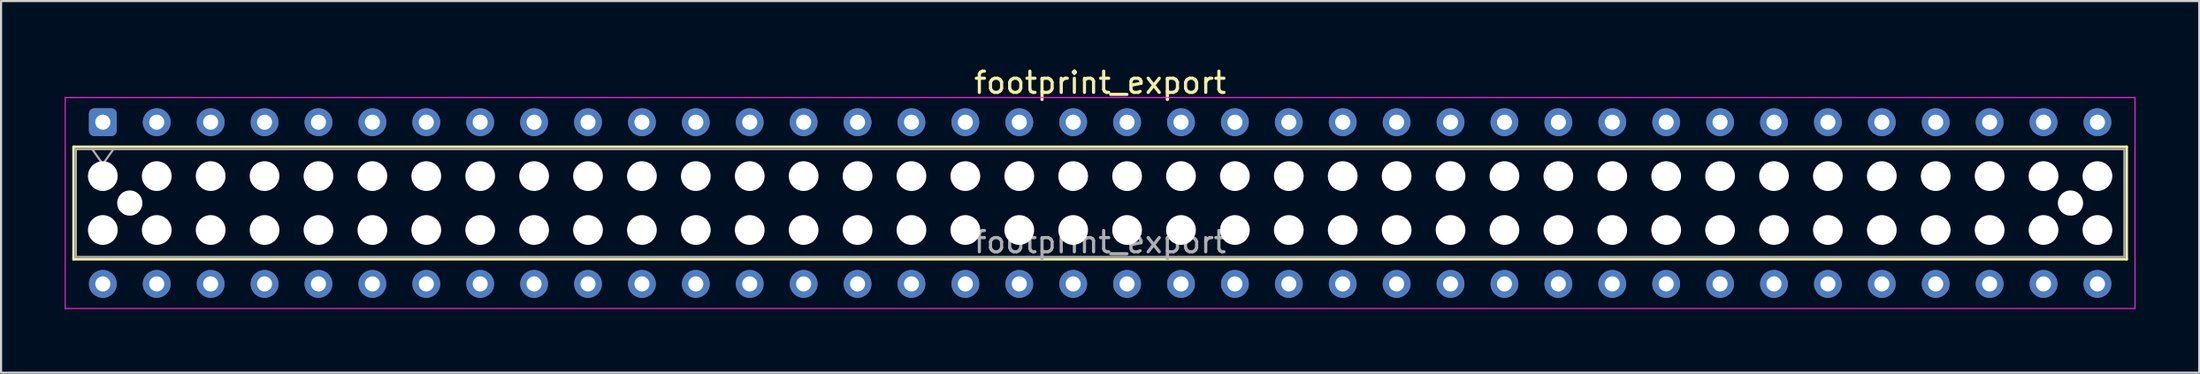
<source format=kicad_pcb>
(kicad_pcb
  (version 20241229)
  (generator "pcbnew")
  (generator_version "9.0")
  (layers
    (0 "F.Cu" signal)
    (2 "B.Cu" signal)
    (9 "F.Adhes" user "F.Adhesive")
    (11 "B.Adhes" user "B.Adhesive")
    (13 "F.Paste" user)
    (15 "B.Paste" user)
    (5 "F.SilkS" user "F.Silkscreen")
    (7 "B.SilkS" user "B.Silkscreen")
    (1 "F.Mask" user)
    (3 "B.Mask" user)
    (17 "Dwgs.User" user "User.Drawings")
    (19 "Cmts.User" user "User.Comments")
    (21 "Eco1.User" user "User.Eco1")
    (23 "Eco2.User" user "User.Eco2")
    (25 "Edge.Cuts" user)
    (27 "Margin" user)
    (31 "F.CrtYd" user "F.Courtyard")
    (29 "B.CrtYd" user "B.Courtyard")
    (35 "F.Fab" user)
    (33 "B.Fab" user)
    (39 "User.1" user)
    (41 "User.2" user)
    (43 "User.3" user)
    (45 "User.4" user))
  (footprint "footprint_export"
    (layer "F.Cu")
    (at 1.795 2.708)
    (property "Reference" "footprint_export" (at 46.99 -1.86 0) (layer "F.SilkS") (effects (font (size 1 1) (thickness 0.15))))
    (attr through_hole)
    (fp_line (start -1.38 1.16) (end 95.36 1.16) (stroke (width 0.12) (type solid)) (layer "F.SilkS"))
    (fp_line (start -1.38 6.46) (end -1.38 1.16) (stroke (width 0.12) (type solid)) (layer "F.SilkS"))
    (fp_line (start 95.36 1.16) (end 95.36 6.46) (stroke (width 0.12) (type solid)) (layer "F.SilkS"))
    (fp_line (start 95.36 6.46) (end -1.38 6.46) (stroke (width 0.12) (type solid)) (layer "F.SilkS"))
    (fp_line (start -1.77 -1.16) (end 95.75 -1.16) (stroke (width 0.05) (type solid)) (layer "F.CrtYd"))
    (fp_line (start -1.77 8.78) (end -1.77 -1.16) (stroke (width 0.05) (type solid)) (layer "F.CrtYd"))
    (fp_line (start 95.75 -1.16) (end 95.75 8.78) (stroke (width 0.05) (type solid)) (layer "F.CrtYd"))
    (fp_line (start 95.75 8.78) (end -1.77 8.78) (stroke (width 0.05) (type solid)) (layer "F.CrtYd"))
    (fp_line (start -1.27 1.27) (end 95.25 1.27) (stroke (width 0.1) (type solid)) (layer "F.Fab"))
    (fp_line (start -1.27 6.35) (end -1.27 1.27) (stroke (width 0.1) (type solid)) (layer "F.Fab"))
    (fp_line (start -0.5 1.27) (end 0 1.977) (stroke (width 0.1) (type solid)) (layer "F.Fab"))
    (fp_line (start 0 1.977) (end 0.5 1.27) (stroke (width 0.1) (type solid)) (layer "F.Fab"))
    (fp_line (start 95.25 1.27) (end 95.25 6.35) (stroke (width 0.1) (type solid)) (layer "F.Fab"))
    (fp_line (start 95.25 6.35) (end -1.27 6.35) (stroke (width 0.1) (type solid)) (layer "F.Fab"))
    (fp_text user "${REFERENCE}" (at 46.99 5.65 0) (layer "F.Fab") (effects (font (size 1 1) (thickness 0.15))))
    (pad "" np_thru_hole circle (at 0 2.54) (size 1.4 1.4) (drill 1.4) (layers "*.Cu" "*.Mask"))
    (pad "" np_thru_hole circle (at 0 5.08) (size 1.4 1.4) (drill 1.4) (layers "*.Cu" "*.Mask"))
    (pad "" np_thru_hole circle (at 1.27 3.81) (size 1.19 1.19) (drill 1.19) (layers "*.Cu" "*.Mask"))
    (pad "" np_thru_hole circle (at 2.54 2.54) (size 1.4 1.4) (drill 1.4) (layers "*.Cu" "*.Mask"))
    (pad "" np_thru_hole circle (at 2.54 5.08) (size 1.4 1.4) (drill 1.4) (layers "*.Cu" "*.Mask"))
    (pad "" np_thru_hole circle (at 5.08 2.54) (size 1.4 1.4) (drill 1.4) (layers "*.Cu" "*.Mask"))
    (pad "" np_thru_hole circle (at 5.08 5.08) (size 1.4 1.4) (drill 1.4) (layers "*.Cu" "*.Mask"))
    (pad "" np_thru_hole circle (at 7.62 2.54) (size 1.4 1.4) (drill 1.4) (layers "*.Cu" "*.Mask"))
    (pad "" np_thru_hole circle (at 7.62 5.08) (size 1.4 1.4) (drill 1.4) (layers "*.Cu" "*.Mask"))
    (pad "" np_thru_hole circle (at 10.16 2.54) (size 1.4 1.4) (drill 1.4) (layers "*.Cu" "*.Mask"))
    (pad "" np_thru_hole circle (at 10.16 5.08) (size 1.4 1.4) (drill 1.4) (layers "*.Cu" "*.Mask"))
    (pad "" np_thru_hole circle (at 12.7 2.54) (size 1.4 1.4) (drill 1.4) (layers "*.Cu" "*.Mask"))
    (pad "" np_thru_hole circle (at 12.7 5.08) (size 1.4 1.4) (drill 1.4) (layers "*.Cu" "*.Mask"))
    (pad "" np_thru_hole circle (at 15.24 2.54) (size 1.4 1.4) (drill 1.4) (layers "*.Cu" "*.Mask"))
    (pad "" np_thru_hole circle (at 15.24 5.08) (size 1.4 1.4) (drill 1.4) (layers "*.Cu" "*.Mask"))
    (pad "" np_thru_hole circle (at 17.78 2.54) (size 1.4 1.4) (drill 1.4) (layers "*.Cu" "*.Mask"))
    (pad "" np_thru_hole circle (at 17.78 5.08) (size 1.4 1.4) (drill 1.4) (layers "*.Cu" "*.Mask"))
    (pad "" np_thru_hole circle (at 20.32 2.54) (size 1.4 1.4) (drill 1.4) (layers "*.Cu" "*.Mask"))
    (pad "" np_thru_hole circle (at 20.32 5.08) (size 1.4 1.4) (drill 1.4) (layers "*.Cu" "*.Mask"))
    (pad "" np_thru_hole circle (at 22.86 2.54) (size 1.4 1.4) (drill 1.4) (layers "*.Cu" "*.Mask"))
    (pad "" np_thru_hole circle (at 22.86 5.08) (size 1.4 1.4) (drill 1.4) (layers "*.Cu" "*.Mask"))
    (pad "" np_thru_hole circle (at 25.4 2.54) (size 1.4 1.4) (drill 1.4) (layers "*.Cu" "*.Mask"))
    (pad "" np_thru_hole circle (at 25.4 5.08) (size 1.4 1.4) (drill 1.4) (layers "*.Cu" "*.Mask"))
    (pad "" np_thru_hole circle (at 27.94 2.54) (size 1.4 1.4) (drill 1.4) (layers "*.Cu" "*.Mask"))
    (pad "" np_thru_hole circle (at 27.94 5.08) (size 1.4 1.4) (drill 1.4) (layers "*.Cu" "*.Mask"))
    (pad "" np_thru_hole circle (at 30.48 2.54) (size 1.4 1.4) (drill 1.4) (layers "*.Cu" "*.Mask"))
    (pad "" np_thru_hole circle (at 30.48 5.08) (size 1.4 1.4) (drill 1.4) (layers "*.Cu" "*.Mask"))
    (pad "" np_thru_hole circle (at 33.02 2.54) (size 1.4 1.4) (drill 1.4) (layers "*.Cu" "*.Mask"))
    (pad "" np_thru_hole circle (at 33.02 5.08) (size 1.4 1.4) (drill 1.4) (layers "*.Cu" "*.Mask"))
    (pad "" np_thru_hole circle (at 35.56 2.54) (size 1.4 1.4) (drill 1.4) (layers "*.Cu" "*.Mask"))
    (pad "" np_thru_hole circle (at 35.56 5.08) (size 1.4 1.4) (drill 1.4) (layers "*.Cu" "*.Mask"))
    (pad "" np_thru_hole circle (at 38.1 2.54) (size 1.4 1.4) (drill 1.4) (layers "*.Cu" "*.Mask"))
    (pad "" np_thru_hole circle (at 38.1 5.08) (size 1.4 1.4) (drill 1.4) (layers "*.Cu" "*.Mask"))
    (pad "" np_thru_hole circle (at 40.64 2.54) (size 1.4 1.4) (drill 1.4) (layers "*.Cu" "*.Mask"))
    (pad "" np_thru_hole circle (at 40.64 5.08) (size 1.4 1.4) (drill 1.4) (layers "*.Cu" "*.Mask"))
    (pad "" np_thru_hole circle (at 43.18 2.54) (size 1.4 1.4) (drill 1.4) (layers "*.Cu" "*.Mask"))
    (pad "" np_thru_hole circle (at 43.18 5.08) (size 1.4 1.4) (drill 1.4) (layers "*.Cu" "*.Mask"))
    (pad "" np_thru_hole circle (at 45.72 2.54) (size 1.4 1.4) (drill 1.4) (layers "*.Cu" "*.Mask"))
    (pad "" np_thru_hole circle (at 45.72 5.08) (size 1.4 1.4) (drill 1.4) (layers "*.Cu" "*.Mask"))
    (pad "" np_thru_hole circle (at 48.26 2.54) (size 1.4 1.4) (drill 1.4) (layers "*.Cu" "*.Mask"))
    (pad "" np_thru_hole circle (at 48.26 5.08) (size 1.4 1.4) (drill 1.4) (layers "*.Cu" "*.Mask"))
    (pad "" np_thru_hole circle (at 50.8 2.54) (size 1.4 1.4) (drill 1.4) (layers "*.Cu" "*.Mask"))
    (pad "" np_thru_hole circle (at 50.8 5.08) (size 1.4 1.4) (drill 1.4) (layers "*.Cu" "*.Mask"))
    (pad "" np_thru_hole circle (at 53.34 2.54) (size 1.4 1.4) (drill 1.4) (layers "*.Cu" "*.Mask"))
    (pad "" np_thru_hole circle (at 53.34 5.08) (size 1.4 1.4) (drill 1.4) (layers "*.Cu" "*.Mask"))
    (pad "" np_thru_hole circle (at 55.88 2.54) (size 1.4 1.4) (drill 1.4) (layers "*.Cu" "*.Mask"))
    (pad "" np_thru_hole circle (at 55.88 5.08) (size 1.4 1.4) (drill 1.4) (layers "*.Cu" "*.Mask"))
    (pad "" np_thru_hole circle (at 58.42 2.54) (size 1.4 1.4) (drill 1.4) (layers "*.Cu" "*.Mask"))
    (pad "" np_thru_hole circle (at 58.42 5.08) (size 1.4 1.4) (drill 1.4) (layers "*.Cu" "*.Mask"))
    (pad "" np_thru_hole circle (at 60.96 2.54) (size 1.4 1.4) (drill 1.4) (layers "*.Cu" "*.Mask"))
    (pad "" np_thru_hole circle (at 60.96 5.08) (size 1.4 1.4) (drill 1.4) (layers "*.Cu" "*.Mask"))
    (pad "" np_thru_hole circle (at 63.5 2.54) (size 1.4 1.4) (drill 1.4) (layers "*.Cu" "*.Mask"))
    (pad "" np_thru_hole circle (at 63.5 5.08) (size 1.4 1.4) (drill 1.4) (layers "*.Cu" "*.Mask"))
    (pad "" np_thru_hole circle (at 66.04 2.54) (size 1.4 1.4) (drill 1.4) (layers "*.Cu" "*.Mask"))
    (pad "" np_thru_hole circle (at 66.04 5.08) (size 1.4 1.4) (drill 1.4) (layers "*.Cu" "*.Mask"))
    (pad "" np_thru_hole circle (at 68.58 2.54) (size 1.4 1.4) (drill 1.4) (layers "*.Cu" "*.Mask"))
    (pad "" np_thru_hole circle (at 68.58 5.08) (size 1.4 1.4) (drill 1.4) (layers "*.Cu" "*.Mask"))
    (pad "" np_thru_hole circle (at 71.12 2.54) (size 1.4 1.4) (drill 1.4) (layers "*.Cu" "*.Mask"))
    (pad "" np_thru_hole circle (at 71.12 5.08) (size 1.4 1.4) (drill 1.4) (layers "*.Cu" "*.Mask"))
    (pad "" np_thru_hole circle (at 73.66 2.54) (size 1.4 1.4) (drill 1.4) (layers "*.Cu" "*.Mask"))
    (pad "" np_thru_hole circle (at 73.66 5.08) (size 1.4 1.4) (drill 1.4) (layers "*.Cu" "*.Mask"))
    (pad "" np_thru_hole circle (at 76.2 2.54) (size 1.4 1.4) (drill 1.4) (layers "*.Cu" "*.Mask"))
    (pad "" np_thru_hole circle (at 76.2 5.08) (size 1.4 1.4) (drill 1.4) (layers "*.Cu" "*.Mask"))
    (pad "" np_thru_hole circle (at 78.74 2.54) (size 1.4 1.4) (drill 1.4) (layers "*.Cu" "*.Mask"))
    (pad "" np_thru_hole circle (at 78.74 5.08) (size 1.4 1.4) (drill 1.4) (layers "*.Cu" "*.Mask"))
    (pad "" np_thru_hole circle (at 81.28 2.54) (size 1.4 1.4) (drill 1.4) (layers "*.Cu" "*.Mask"))
    (pad "" np_thru_hole circle (at 81.28 5.08) (size 1.4 1.4) (drill 1.4) (layers "*.Cu" "*.Mask"))
    (pad "" np_thru_hole circle (at 83.82 2.54) (size 1.4 1.4) (drill 1.4) (layers "*.Cu" "*.Mask"))
    (pad "" np_thru_hole circle (at 83.82 5.08) (size 1.4 1.4) (drill 1.4) (layers "*.Cu" "*.Mask"))
    (pad "" np_thru_hole circle (at 86.36 2.54) (size 1.4 1.4) (drill 1.4) (layers "*.Cu" "*.Mask"))
    (pad "" np_thru_hole circle (at 86.36 5.08) (size 1.4 1.4) (drill 1.4) (layers "*.Cu" "*.Mask"))
    (pad "" np_thru_hole circle (at 88.9 2.54) (size 1.4 1.4) (drill 1.4) (layers "*.Cu" "*.Mask"))
    (pad "" np_thru_hole circle (at 88.9 5.08) (size 1.4 1.4) (drill 1.4) (layers "*.Cu" "*.Mask"))
    (pad "" np_thru_hole circle (at 91.44 2.54) (size 1.4 1.4) (drill 1.4) (layers "*.Cu" "*.Mask"))
    (pad "" np_thru_hole circle (at 91.44 5.08) (size 1.4 1.4) (drill 1.4) (layers "*.Cu" "*.Mask"))
    (pad "" np_thru_hole circle (at 92.71 3.81) (size 1.19 1.19) (drill 1.19) (layers "*.Cu" "*.Mask"))
    (pad "" np_thru_hole circle (at 93.98 2.54) (size 1.4 1.4) (drill 1.4) (layers "*.Cu" "*.Mask"))
    (pad "" np_thru_hole circle (at 93.98 5.08) (size 1.4 1.4) (drill 1.4) (layers "*.Cu" "*.Mask"))
    (pad "1" thru_hole roundrect (at 0 0) (size 1.31 1.31) (drill 0.71) (layers "*.Cu" "*.Mask") (roundrect_rratio 0.191))
    (pad "2" thru_hole circle (at 0 7.62) (size 1.31 1.31) (drill 0.71) (layers "*.Cu" "*.Mask"))
    (pad "3" thru_hole circle (at 2.54 0) (size 1.31 1.31) (drill 0.71) (layers "*.Cu" "*.Mask"))
    (pad "4" thru_hole circle (at 2.54 7.62) (size 1.31 1.31) (drill 0.71) (layers "*.Cu" "*.Mask"))
    (pad "5" thru_hole circle (at 5.08 0) (size 1.31 1.31) (drill 0.71) (layers "*.Cu" "*.Mask"))
    (pad "6" thru_hole circle (at 5.08 7.62) (size 1.31 1.31) (drill 0.71) (layers "*.Cu" "*.Mask"))
    (pad "7" thru_hole circle (at 7.62 0) (size 1.31 1.31) (drill 0.71) (layers "*.Cu" "*.Mask"))
    (pad "8" thru_hole circle (at 7.62 7.62) (size 1.31 1.31) (drill 0.71) (layers "*.Cu" "*.Mask"))
    (pad "9" thru_hole circle (at 10.16 0) (size 1.31 1.31) (drill 0.71) (layers "*.Cu" "*.Mask"))
    (pad "10" thru_hole circle (at 10.16 7.62) (size 1.31 1.31) (drill 0.71) (layers "*.Cu" "*.Mask"))
    (pad "11" thru_hole circle (at 12.7 0) (size 1.31 1.31) (drill 0.71) (layers "*.Cu" "*.Mask"))
    (pad "12" thru_hole circle (at 12.7 7.62) (size 1.31 1.31) (drill 0.71) (layers "*.Cu" "*.Mask"))
    (pad "13" thru_hole circle (at 15.24 0) (size 1.31 1.31) (drill 0.71) (layers "*.Cu" "*.Mask"))
    (pad "14" thru_hole circle (at 15.24 7.62) (size 1.31 1.31) (drill 0.71) (layers "*.Cu" "*.Mask"))
    (pad "15" thru_hole circle (at 17.78 0) (size 1.31 1.31) (drill 0.71) (layers "*.Cu" "*.Mask"))
    (pad "16" thru_hole circle (at 17.78 7.62) (size 1.31 1.31) (drill 0.71) (layers "*.Cu" "*.Mask"))
    (pad "17" thru_hole circle (at 20.32 0) (size 1.31 1.31) (drill 0.71) (layers "*.Cu" "*.Mask"))
    (pad "18" thru_hole circle (at 20.32 7.62) (size 1.31 1.31) (drill 0.71) (layers "*.Cu" "*.Mask"))
    (pad "19" thru_hole circle (at 22.86 0) (size 1.31 1.31) (drill 0.71) (layers "*.Cu" "*.Mask"))
    (pad "20" thru_hole circle (at 22.86 7.62) (size 1.31 1.31) (drill 0.71) (layers "*.Cu" "*.Mask"))
    (pad "21" thru_hole circle (at 25.4 0) (size 1.31 1.31) (drill 0.71) (layers "*.Cu" "*.Mask"))
    (pad "22" thru_hole circle (at 25.4 7.62) (size 1.31 1.31) (drill 0.71) (layers "*.Cu" "*.Mask"))
    (pad "23" thru_hole circle (at 27.94 0) (size 1.31 1.31) (drill 0.71) (layers "*.Cu" "*.Mask"))
    (pad "24" thru_hole circle (at 27.94 7.62) (size 1.31 1.31) (drill 0.71) (layers "*.Cu" "*.Mask"))
    (pad "25" thru_hole circle (at 30.48 0) (size 1.31 1.31) (drill 0.71) (layers "*.Cu" "*.Mask"))
    (pad "26" thru_hole circle (at 30.48 7.62) (size 1.31 1.31) (drill 0.71) (layers "*.Cu" "*.Mask"))
    (pad "27" thru_hole circle (at 33.02 0) (size 1.31 1.31) (drill 0.71) (layers "*.Cu" "*.Mask"))
    (pad "28" thru_hole circle (at 33.02 7.62) (size 1.31 1.31) (drill 0.71) (layers "*.Cu" "*.Mask"))
    (pad "29" thru_hole circle (at 35.56 0) (size 1.31 1.31) (drill 0.71) (layers "*.Cu" "*.Mask"))
    (pad "30" thru_hole circle (at 35.56 7.62) (size 1.31 1.31) (drill 0.71) (layers "*.Cu" "*.Mask"))
    (pad "31" thru_hole circle (at 38.1 0) (size 1.31 1.31) (drill 0.71) (layers "*.Cu" "*.Mask"))
    (pad "32" thru_hole circle (at 38.1 7.62) (size 1.31 1.31) (drill 0.71) (layers "*.Cu" "*.Mask"))
    (pad "33" thru_hole circle (at 40.64 0) (size 1.31 1.31) (drill 0.71) (layers "*.Cu" "*.Mask"))
    (pad "34" thru_hole circle (at 40.64 7.62) (size 1.31 1.31) (drill 0.71) (layers "*.Cu" "*.Mask"))
    (pad "35" thru_hole circle (at 43.18 0) (size 1.31 1.31) (drill 0.71) (layers "*.Cu" "*.Mask"))
    (pad "36" thru_hole circle (at 43.18 7.62) (size 1.31 1.31) (drill 0.71) (layers "*.Cu" "*.Mask"))
    (pad "37" thru_hole circle (at 45.72 0) (size 1.31 1.31) (drill 0.71) (layers "*.Cu" "*.Mask"))
    (pad "38" thru_hole circle (at 45.72 7.62) (size 1.31 1.31) (drill 0.71) (layers "*.Cu" "*.Mask"))
    (pad "39" thru_hole circle (at 48.26 0) (size 1.31 1.31) (drill 0.71) (layers "*.Cu" "*.Mask"))
    (pad "40" thru_hole circle (at 48.26 7.62) (size 1.31 1.31) (drill 0.71) (layers "*.Cu" "*.Mask"))
    (pad "41" thru_hole circle (at 50.8 0) (size 1.31 1.31) (drill 0.71) (layers "*.Cu" "*.Mask"))
    (pad "42" thru_hole circle (at 50.8 7.62) (size 1.31 1.31) (drill 0.71) (layers "*.Cu" "*.Mask"))
    (pad "43" thru_hole circle (at 53.34 0) (size 1.31 1.31) (drill 0.71) (layers "*.Cu" "*.Mask"))
    (pad "44" thru_hole circle (at 53.34 7.62) (size 1.31 1.31) (drill 0.71) (layers "*.Cu" "*.Mask"))
    (pad "45" thru_hole circle (at 55.88 0) (size 1.31 1.31) (drill 0.71) (layers "*.Cu" "*.Mask"))
    (pad "46" thru_hole circle (at 55.88 7.62) (size 1.31 1.31) (drill 0.71) (layers "*.Cu" "*.Mask"))
    (pad "47" thru_hole circle (at 58.42 0) (size 1.31 1.31) (drill 0.71) (layers "*.Cu" "*.Mask"))
    (pad "48" thru_hole circle (at 58.42 7.62) (size 1.31 1.31) (drill 0.71) (layers "*.Cu" "*.Mask"))
    (pad "49" thru_hole circle (at 60.96 0) (size 1.31 1.31) (drill 0.71) (layers "*.Cu" "*.Mask"))
    (pad "50" thru_hole circle (at 60.96 7.62) (size 1.31 1.31) (drill 0.71) (layers "*.Cu" "*.Mask"))
    (pad "51" thru_hole circle (at 63.5 0) (size 1.31 1.31) (drill 0.71) (layers "*.Cu" "*.Mask"))
    (pad "52" thru_hole circle (at 63.5 7.62) (size 1.31 1.31) (drill 0.71) (layers "*.Cu" "*.Mask"))
    (pad "53" thru_hole circle (at 66.04 0) (size 1.31 1.31) (drill 0.71) (layers "*.Cu" "*.Mask"))
    (pad "54" thru_hole circle (at 66.04 7.62) (size 1.31 1.31) (drill 0.71) (layers "*.Cu" "*.Mask"))
    (pad "55" thru_hole circle (at 68.58 0) (size 1.31 1.31) (drill 0.71) (layers "*.Cu" "*.Mask"))
    (pad "56" thru_hole circle (at 68.58 7.62) (size 1.31 1.31) (drill 0.71) (layers "*.Cu" "*.Mask"))
    (pad "57" thru_hole circle (at 71.12 0) (size 1.31 1.31) (drill 0.71) (layers "*.Cu" "*.Mask"))
    (pad "58" thru_hole circle (at 71.12 7.62) (size 1.31 1.31) (drill 0.71) (layers "*.Cu" "*.Mask"))
    (pad "59" thru_hole circle (at 73.66 0) (size 1.31 1.31) (drill 0.71) (layers "*.Cu" "*.Mask"))
    (pad "60" thru_hole circle (at 73.66 7.62) (size 1.31 1.31) (drill 0.71) (layers "*.Cu" "*.Mask"))
    (pad "61" thru_hole circle (at 76.2 0) (size 1.31 1.31) (drill 0.71) (layers "*.Cu" "*.Mask"))
    (pad "62" thru_hole circle (at 76.2 7.62) (size 1.31 1.31) (drill 0.71) (layers "*.Cu" "*.Mask"))
    (pad "63" thru_hole circle (at 78.74 0) (size 1.31 1.31) (drill 0.71) (layers "*.Cu" "*.Mask"))
    (pad "64" thru_hole circle (at 78.74 7.62) (size 1.31 1.31) (drill 0.71) (layers "*.Cu" "*.Mask"))
    (pad "65" thru_hole circle (at 81.28 0) (size 1.31 1.31) (drill 0.71) (layers "*.Cu" "*.Mask"))
    (pad "66" thru_hole circle (at 81.28 7.62) (size 1.31 1.31) (drill 0.71) (layers "*.Cu" "*.Mask"))
    (pad "67" thru_hole circle (at 83.82 0) (size 1.31 1.31) (drill 0.71) (layers "*.Cu" "*.Mask"))
    (pad "68" thru_hole circle (at 83.82 7.62) (size 1.31 1.31) (drill 0.71) (layers "*.Cu" "*.Mask"))
    (pad "69" thru_hole circle (at 86.36 0) (size 1.31 1.31) (drill 0.71) (layers "*.Cu" "*.Mask"))
    (pad "70" thru_hole circle (at 86.36 7.62) (size 1.31 1.31) (drill 0.71) (layers "*.Cu" "*.Mask"))
    (pad "71" thru_hole circle (at 88.9 0) (size 1.31 1.31) (drill 0.71) (layers "*.Cu" "*.Mask"))
    (pad "72" thru_hole circle (at 88.9 7.62) (size 1.31 1.31) (drill 0.71) (layers "*.Cu" "*.Mask"))
    (pad "73" thru_hole circle (at 91.44 0) (size 1.31 1.31) (drill 0.71) (layers "*.Cu" "*.Mask"))
    (pad "74" thru_hole circle (at 91.44 7.62) (size 1.31 1.31) (drill 0.71) (layers "*.Cu" "*.Mask"))
    (pad "75" thru_hole circle (at 93.98 0) (size 1.31 1.31) (drill 0.71) (layers "*.Cu" "*.Mask"))
    (pad "76" thru_hole circle (at 93.98 7.62) (size 1.31 1.31) (drill 0.71) (layers "*.Cu" "*.Mask")))
  (gr_rect
    (start -3 -3)
    (end 100.57 14.513)
    (stroke (width 0.1) (type default))
    (fill no)
    (layer "Edge.Cuts")))
</source>
